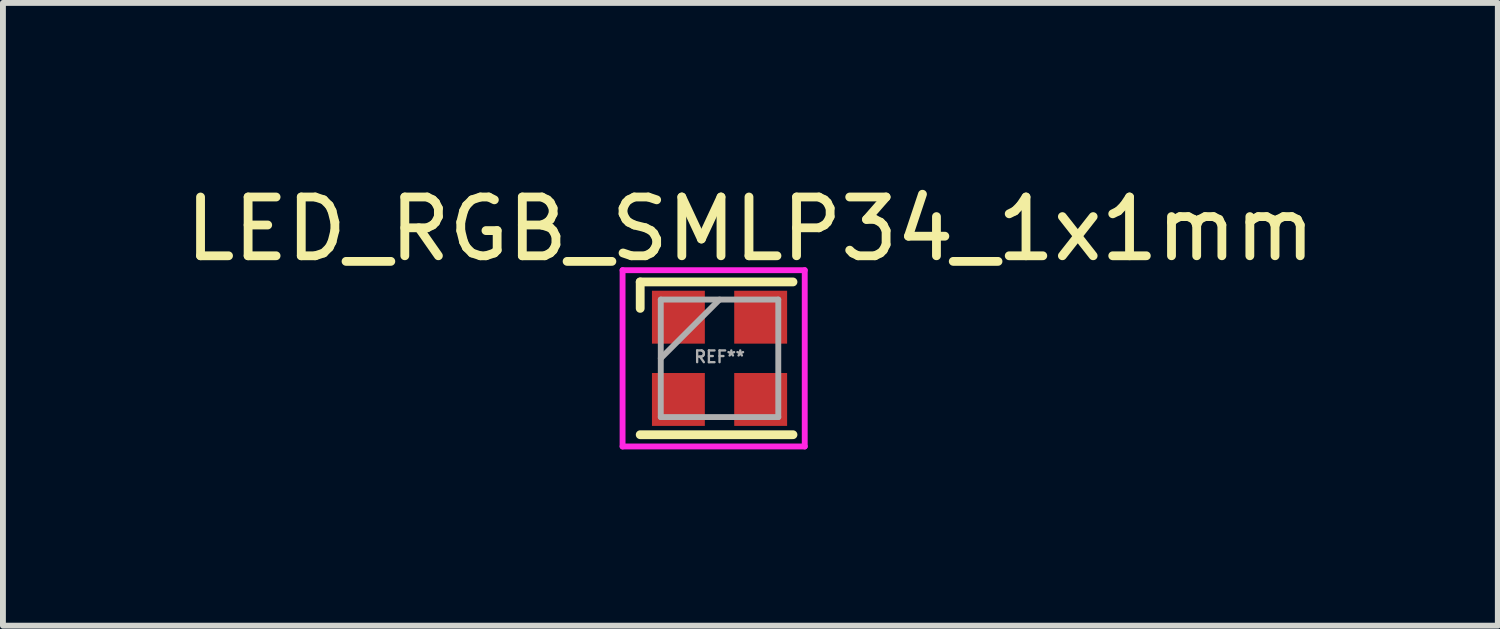
<source format=kicad_pcb>
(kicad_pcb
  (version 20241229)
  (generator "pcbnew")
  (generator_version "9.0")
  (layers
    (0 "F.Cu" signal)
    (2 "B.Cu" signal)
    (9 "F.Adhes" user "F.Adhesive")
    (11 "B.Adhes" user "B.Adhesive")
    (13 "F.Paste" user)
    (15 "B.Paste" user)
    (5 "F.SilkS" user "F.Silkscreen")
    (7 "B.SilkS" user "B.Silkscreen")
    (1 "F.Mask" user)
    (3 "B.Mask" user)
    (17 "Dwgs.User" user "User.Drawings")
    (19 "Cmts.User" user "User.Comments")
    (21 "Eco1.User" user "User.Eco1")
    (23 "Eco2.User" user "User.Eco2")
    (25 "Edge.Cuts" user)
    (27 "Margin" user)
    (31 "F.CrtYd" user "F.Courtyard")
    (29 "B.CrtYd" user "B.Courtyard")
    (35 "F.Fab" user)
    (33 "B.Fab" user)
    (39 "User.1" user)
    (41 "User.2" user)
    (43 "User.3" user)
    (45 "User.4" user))
  (footprint "LED_RGB_SMLP34_1x1mm"
    (layer "F.Cu")
    (at 9.195 3.048)
    (property "Reference" "LED_RGB_SMLP34_1x1mm" (at 0.525 -2.2 0) (layer "F.SilkS") (effects (font (size 1 1) (thickness 0.15))))
    (attr smd)
    (fp_line (start -1.35 -1.3) (end -1.35 -0.85) (stroke (width 0.15) (type solid)) (layer "F.SilkS"))
    (fp_line (start -1.35 1.3) (end 1.25 1.3) (stroke (width 0.15) (type solid)) (layer "F.SilkS"))
    (fp_line (start 1.25 -1.3) (end -1.35 -1.3) (stroke (width 0.15) (type solid)) (layer "F.SilkS"))
    (fp_line (start -1.65 -1.5) (end 1.45 -1.5) (stroke (width 0.1) (type solid)) (layer "F.CrtYd"))
    (fp_line (start -1.65 1.5) (end -1.65 -1.5) (stroke (width 0.1) (type solid)) (layer "F.CrtYd"))
    (fp_line (start 1.45 -1.5) (end 1.45 1.5) (stroke (width 0.1) (type solid)) (layer "F.CrtYd"))
    (fp_line (start 1.45 1.5) (end -1.65 1.5) (stroke (width 0.1) (type solid)) (layer "F.CrtYd"))
    (fp_line (start -1 -1) (end -1 1) (stroke (width 0.1) (type solid)) (layer "F.Fab"))
    (fp_line (start 0 -1) (end -1 0) (stroke (width 0.1) (type solid)) (layer "F.Fab"))
    (fp_line (start 1 -1) (end -1 -1) (stroke (width 0.1) (type solid)) (layer "F.Fab"))
    (fp_line (start 1 1) (end -1 1) (stroke (width 0.1) (type solid)) (layer "F.Fab"))
    (fp_line (start 1 1) (end 1 -1) (stroke (width 0.1) (type solid)) (layer "F.Fab"))
    (fp_text user "REF**" (at 0 -0.025 0) (layer "F.Fab") (effects (font (size 0.2 0.2) (thickness 0.04))))
    (pad "1" smd rect (at -0.7 -0.7) (size 0.9 0.9) (layers "F.Cu" "F.Mask" "F.Paste"))
    (pad "2" smd rect (at 0.7 -0.7) (size 0.9 0.9) (layers "F.Cu" "F.Mask" "F.Paste"))
    (pad "3" smd rect (at 0.7 0.7) (size 0.9 0.9) (layers "F.Cu" "F.Mask" "F.Paste"))
    (pad "4" smd rect (at -0.7 0.7) (size 0.9 0.9) (layers "F.Cu" "F.Mask" "F.Paste")))
  (gr_rect
    (start -3 -3)
    (end 22.44 7.598)
    (stroke (width 0.1) (type default))
    (fill no)
    (layer "Edge.Cuts")))
</source>
